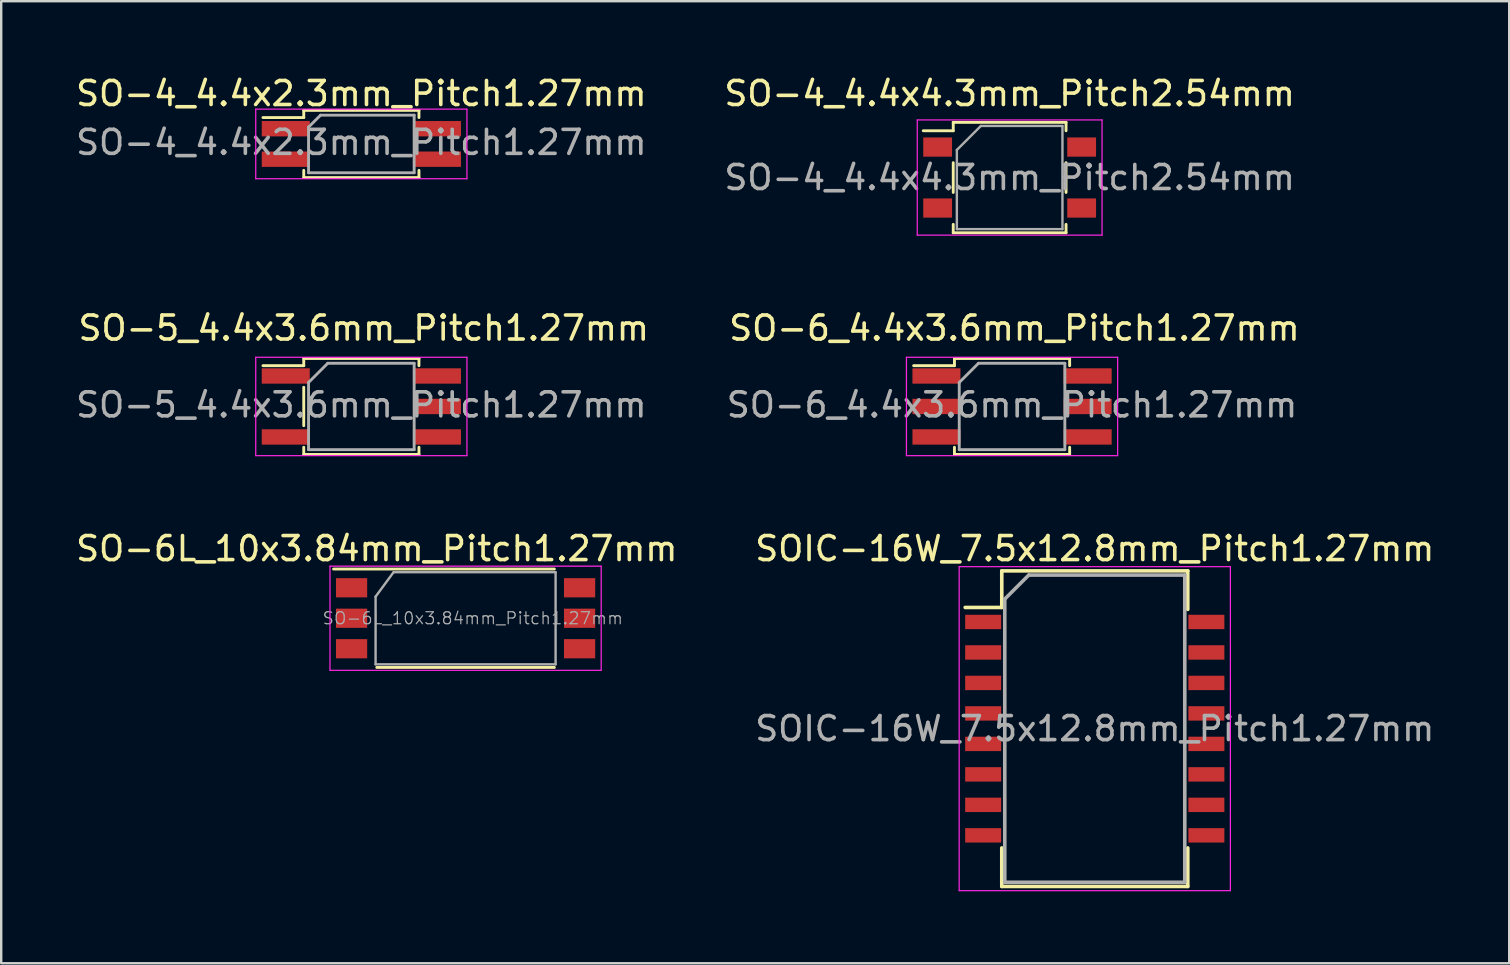
<source format=kicad_pcb>
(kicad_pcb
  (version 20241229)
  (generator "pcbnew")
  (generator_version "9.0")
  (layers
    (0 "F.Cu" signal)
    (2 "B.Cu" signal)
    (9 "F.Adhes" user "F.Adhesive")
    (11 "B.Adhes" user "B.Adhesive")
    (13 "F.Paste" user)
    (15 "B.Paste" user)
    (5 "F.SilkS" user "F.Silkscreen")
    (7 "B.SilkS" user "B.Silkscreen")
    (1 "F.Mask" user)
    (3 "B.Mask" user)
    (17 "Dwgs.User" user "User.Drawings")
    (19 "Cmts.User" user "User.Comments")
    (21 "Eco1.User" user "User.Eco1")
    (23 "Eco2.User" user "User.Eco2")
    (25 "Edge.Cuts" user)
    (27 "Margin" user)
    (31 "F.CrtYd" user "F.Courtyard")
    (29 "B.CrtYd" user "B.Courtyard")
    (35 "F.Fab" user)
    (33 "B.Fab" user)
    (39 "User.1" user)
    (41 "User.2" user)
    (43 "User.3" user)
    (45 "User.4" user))
  (footprint "SO-4_4.4x2.3mm_Pitch1.27mm"
    (layer "F.Cu")
    (at 12.006 2.948)
    (property "Reference" "SO-4_4.4x2.3mm_Pitch1.27mm" (at 0 -2.1 0) (layer "F.SilkS") (effects (font (size 1 1) (thickness 0.15))))
    (attr smd)
    (fp_line (start -2.4 -1.4) (end 2.4 -1.4) (stroke (width 0.12) (type solid)) (layer "F.SilkS"))
    (fp_line (start -2.4 -1.1) (end -4.1 -1.1) (stroke (width 0.12) (type solid)) (layer "F.SilkS"))
    (fp_line (start -2.4 -1.1) (end -2.4 -1.4) (stroke (width 0.12) (type solid)) (layer "F.SilkS"))
    (fp_line (start -2.4 1.4) (end -2.4 1.1) (stroke (width 0.12) (type solid)) (layer "F.SilkS"))
    (fp_line (start 2.4 -1.4) (end 2.4 -1.1) (stroke (width 0.12) (type solid)) (layer "F.SilkS"))
    (fp_line (start 2.4 1.1) (end 2.4 1.4) (stroke (width 0.12) (type solid)) (layer "F.SilkS"))
    (fp_line (start 2.4 1.4) (end -2.4 1.4) (stroke (width 0.12) (type solid)) (layer "F.SilkS"))
    (fp_line (start -4.4 -1.45) (end -4.4 1.45) (stroke (width 0.05) (type solid)) (layer "F.CrtYd"))
    (fp_line (start -4.4 -1.45) (end 4.4 -1.45) (stroke (width 0.05) (type solid)) (layer "F.CrtYd"))
    (fp_line (start 4.4 1.45) (end -4.4 1.45) (stroke (width 0.05) (type solid)) (layer "F.CrtYd"))
    (fp_line (start 4.4 1.45) (end 4.4 -1.45) (stroke (width 0.05) (type solid)) (layer "F.CrtYd"))
    (fp_line (start -2.2 -0.7) (end -2.2 1.2) (stroke (width 0.12) (type solid)) (layer "F.Fab"))
    (fp_line (start -2.2 1.2) (end 2.2 1.2) (stroke (width 0.12) (type solid)) (layer "F.Fab"))
    (fp_line (start -1.7 -1.2) (end -2.2 -0.7) (stroke (width 0.12) (type solid)) (layer "F.Fab"))
    (fp_line (start 2.2 -1.2) (end -1.7 -1.2) (stroke (width 0.12) (type solid)) (layer "F.Fab"))
    (fp_line (start 2.2 1.2) (end 2.2 -1.2) (stroke (width 0.12) (type solid)) (layer "F.Fab"))
    (fp_text user "${REFERENCE}" (at 0 -0.065 0) (layer "F.Fab") (effects (font (size 1 1) (thickness 0.15))))
    (pad "1" smd rect (at -3.15 -0.635) (size 2 0.64) (layers "F.Cu" "F.Mask" "F.Paste"))
    (pad "2" smd rect (at -3.15 0.635) (size 2 0.64) (layers "F.Cu" "F.Mask" "F.Paste"))
    (pad "3" smd rect (at 3.15 0.635) (size 2 0.64) (layers "F.Cu" "F.Mask" "F.Paste"))
    (pad "4" smd rect (at 3.15 -0.635) (size 2 0.64) (layers "F.Cu" "F.Mask" "F.Paste")))
  (footprint "SO-5_4.4x3.6mm_Pitch1.27mm"
    (layer "F.Cu")
    (at 12.006 13.886)
    (property "Reference" "SO-5_4.4x3.6mm_Pitch1.27mm" (at 0.1 -3.265 0) (layer "F.SilkS") (effects (font (size 1 1) (thickness 0.15))))
    (attr smd)
    (fp_line (start -2.4 -2) (end 2.4 -2) (stroke (width 0.12) (type solid)) (layer "F.SilkS"))
    (fp_line (start -2.4 -1.7) (end -4.1 -1.7) (stroke (width 0.12) (type solid)) (layer "F.SilkS"))
    (fp_line (start -2.4 -1.7) (end -2.4 -2) (stroke (width 0.12) (type solid)) (layer "F.SilkS"))
    (fp_line (start -2.4 0.8) (end -2.4 -0.8) (stroke (width 0.12) (type solid)) (layer "F.SilkS"))
    (fp_line (start -2.4 2) (end -2.4 1.7) (stroke (width 0.12) (type solid)) (layer "F.SilkS"))
    (fp_line (start 2.4 -2) (end 2.4 -1.7) (stroke (width 0.12) (type solid)) (layer "F.SilkS"))
    (fp_line (start 2.4 1.7) (end 2.4 2) (stroke (width 0.12) (type solid)) (layer "F.SilkS"))
    (fp_line (start 2.4 2) (end -2.4 2) (stroke (width 0.12) (type solid)) (layer "F.SilkS"))
    (fp_line (start -4.4 -2.05) (end -4.4 2.05) (stroke (width 0.05) (type solid)) (layer "F.CrtYd"))
    (fp_line (start -4.4 -2.05) (end 4.4 -2.05) (stroke (width 0.05) (type solid)) (layer "F.CrtYd"))
    (fp_line (start 4.4 2.05) (end -4.4 2.05) (stroke (width 0.05) (type solid)) (layer "F.CrtYd"))
    (fp_line (start 4.4 2.05) (end 4.4 -2.05) (stroke (width 0.05) (type solid)) (layer "F.CrtYd"))
    (fp_line (start -2.2 -1) (end -1.4 -1.8) (stroke (width 0.12) (type solid)) (layer "F.Fab"))
    (fp_line (start -2.2 1.8) (end -2.2 -1) (stroke (width 0.12) (type solid)) (layer "F.Fab"))
    (fp_line (start -1.4 -1.8) (end 2.2 -1.8) (stroke (width 0.12) (type solid)) (layer "F.Fab"))
    (fp_line (start 2.2 -1.8) (end 2.2 1.8) (stroke (width 0.12) (type solid)) (layer "F.Fab"))
    (fp_line (start 2.2 1.8) (end -2.2 1.8) (stroke (width 0.12) (type solid)) (layer "F.Fab"))
    (fp_text user "${REFERENCE}" (at 0 -0.065 0) (layer "F.Fab") (effects (font (size 1 1) (thickness 0.15))))
    (pad "1" smd rect (at -3.15 -1.27) (size 2 0.64) (layers "F.Cu" "F.Mask" "F.Paste"))
    (pad "3" smd rect (at -3.15 1.27) (size 2 0.64) (layers "F.Cu" "F.Mask" "F.Paste"))
    (pad "4" smd rect (at 3.15 1.27) (size 2 0.64) (layers "F.Cu" "F.Mask" "F.Paste"))
    (pad "5" smd rect (at 3.15 0) (size 2 0.64) (layers "F.Cu" "F.Mask" "F.Paste"))
    (pad "6" smd rect (at 3.15 -1.27) (size 2 0.64) (layers "F.Cu" "F.Mask" "F.Paste")))
  (footprint "SO-6L_10x3.84mm_Pitch1.27mm"
    (layer "F.Cu")
    (at 16.349 22.71)
    (property "Reference" "SO-6L_10x3.84mm_Pitch1.27mm" (at -3.7 -2.9 0) (layer "F.SilkS") (effects (font (size 1 1) (thickness 0.15))))
    (attr smd)
    (fp_line (start -5.5 -2.05) (end 3.7 -2.05) (stroke (width 0.12) (type solid)) (layer "F.SilkS"))
    (fp_line (start -3.7 2.05) (end 3.7 2.05) (stroke (width 0.12) (type solid)) (layer "F.SilkS"))
    (fp_line (start -5.65 -2.17) (end -5.65 2.17) (stroke (width 0.05) (type solid)) (layer "F.CrtYd"))
    (fp_line (start -5.65 2.17) (end 5.65 2.17) (stroke (width 0.05) (type solid)) (layer "F.CrtYd"))
    (fp_line (start 5.65 -2.17) (end -5.65 -2.17) (stroke (width 0.05) (type solid)) (layer "F.CrtYd"))
    (fp_line (start 5.65 2.17) (end 5.65 -2.17) (stroke (width 0.05) (type solid)) (layer "F.CrtYd"))
    (fp_line (start -3.75 -0.9) (end -3 -1.92) (stroke (width 0.1) (type solid)) (layer "F.Fab"))
    (fp_line (start -3.75 1.92) (end -3.75 -0.9) (stroke (width 0.1) (type solid)) (layer "F.Fab"))
    (fp_line (start -3.75 1.92) (end 3.75 1.92) (stroke (width 0.1) (type solid)) (layer "F.Fab"))
    (fp_line (start -3 -1.92) (end 3.75 -1.92) (stroke (width 0.1) (type solid)) (layer "F.Fab"))
    (fp_line (start 3.75 1.92) (end 3.75 -1.92) (stroke (width 0.1) (type solid)) (layer "F.Fab"))
    (fp_text user "${REFERENCE}" (at 0.3 0 180) (layer "F.Fab") (effects (font (size 0.5 0.5) (thickness 0.05))))
    (pad "1" smd rect (at -4.75 -1.27 90) (size 0.8 1.3) (layers "F.Cu" "F.Mask" "F.Paste"))
    (pad "2" smd rect (at -4.75 0 90) (size 0.8 1.3) (layers "F.Cu" "F.Mask" "F.Paste"))
    (pad "3" smd rect (at -4.75 1.27 90) (size 0.8 1.3) (layers "F.Cu" "F.Mask" "F.Paste"))
    (pad "4" smd rect (at 4.75 1.27 90) (size 0.8 1.3) (layers "F.Cu" "F.Mask" "F.Paste"))
    (pad "5" smd rect (at 4.75 0 90) (size 0.8 1.3) (layers "F.Cu" "F.Mask" "F.Paste"))
    (pad "6" smd rect (at 4.75 -1.27 90) (size 0.8 1.3) (layers "F.Cu" "F.Mask" "F.Paste")))
  (footprint "SO-4_4.4x4.3mm_Pitch2.54mm"
    (layer "F.Cu")
    (at 39.018 4.348)
    (property "Reference" "SO-4_4.4x4.3mm_Pitch2.54mm" (at 0 -3.5 0) (layer "F.SilkS") (effects (font (size 1 1) (thickness 0.15))))
    (attr smd)
    (fp_line (start -2.35 -2.3) (end 2.35 -2.3) (stroke (width 0.12) (type solid)) (layer "F.SilkS"))
    (fp_line (start -2.35 -1.95) (end -3.6 -1.95) (stroke (width 0.12) (type solid)) (layer "F.SilkS"))
    (fp_line (start -2.35 -1.95) (end -2.35 -2.3) (stroke (width 0.12) (type solid)) (layer "F.SilkS"))
    (fp_line (start -2.35 0.62) (end -2.35 -0.62) (stroke (width 0.12) (type solid)) (layer "F.SilkS"))
    (fp_line (start -2.35 1.95) (end -2.35 2.3) (stroke (width 0.12) (type solid)) (layer "F.SilkS"))
    (fp_line (start -2.35 2.3) (end 2.35 2.3) (stroke (width 0.12) (type solid)) (layer "F.SilkS"))
    (fp_line (start 2.35 -2.3) (end 2.35 -1.95) (stroke (width 0.12) (type solid)) (layer "F.SilkS"))
    (fp_line (start 2.35 0.62) (end 2.35 -0.62) (stroke (width 0.12) (type solid)) (layer "F.SilkS"))
    (fp_line (start 2.35 2.3) (end 2.35 1.95) (stroke (width 0.12) (type solid)) (layer "F.SilkS"))
    (fp_line (start -3.85 -2.4) (end 3.85 -2.4) (stroke (width 0.05) (type solid)) (layer "F.CrtYd"))
    (fp_line (start -3.85 2.4) (end -3.85 -2.4) (stroke (width 0.05) (type solid)) (layer "F.CrtYd"))
    (fp_line (start 3.85 -2.4) (end 3.85 2.4) (stroke (width 0.05) (type solid)) (layer "F.CrtYd"))
    (fp_line (start 3.85 2.4) (end -3.85 2.4) (stroke (width 0.05) (type solid)) (layer "F.CrtYd"))
    (fp_line (start -2.2 -1.15) (end -1.2 -2.15) (stroke (width 0.1) (type solid)) (layer "F.Fab"))
    (fp_line (start -2.2 2.15) (end -2.2 -1.15) (stroke (width 0.1) (type solid)) (layer "F.Fab"))
    (fp_line (start -2.2 2.15) (end 2.2 2.15) (stroke (width 0.1) (type solid)) (layer "F.Fab"))
    (fp_line (start -1.2 -2.15) (end 2.2 -2.15) (stroke (width 0.1) (type solid)) (layer "F.Fab"))
    (fp_line (start 2.2 2.15) (end 2.2 -2.15) (stroke (width 0.1) (type solid)) (layer "F.Fab"))
    (fp_text user "${REFERENCE}" (at 0 0 0) (layer "F.Fab") (effects (font (size 1 1) (thickness 0.15))))
    (pad "1" smd rect (at -3 -1.27 270) (size 0.8 1.2) (layers "F.Cu" "F.Mask" "F.Paste"))
    (pad "2" smd rect (at -3 1.27 270) (size 0.8 1.2) (layers "F.Cu" "F.Mask" "F.Paste"))
    (pad "3" smd rect (at 3 1.27 270) (size 0.8 1.2) (layers "F.Cu" "F.Mask" "F.Paste"))
    (pad "4" smd rect (at 3 -1.27 270) (size 0.8 1.2) (layers "F.Cu" "F.Mask" "F.Paste")))
  (footprint "SOIC-16W_7.5x12.8mm_Pitch1.27mm"
    (layer "F.Cu")
    (at 42.565 27.31)
    (property "Reference" "SOIC-16W_7.5x12.8mm_Pitch1.27mm" (at 0 -7.5 0) (layer "F.SilkS") (effects (font (size 1 1) (thickness 0.15))))
    (attr smd)
    (fp_line (start -3.875 -6.575) (end -3.875 -5.05) (stroke (width 0.15) (type solid)) (layer "F.SilkS"))
    (fp_line (start -3.875 -6.575) (end 3.875 -6.575) (stroke (width 0.15) (type solid)) (layer "F.SilkS"))
    (fp_line (start -3.875 -5.05) (end -5.4 -5.05) (stroke (width 0.15) (type solid)) (layer "F.SilkS"))
    (fp_line (start -3.875 6.575) (end -3.875 4.97) (stroke (width 0.15) (type solid)) (layer "F.SilkS"))
    (fp_line (start -3.875 6.575) (end 3.875 6.575) (stroke (width 0.15) (type solid)) (layer "F.SilkS"))
    (fp_line (start 3.875 -6.575) (end 3.875 -4.97) (stroke (width 0.15) (type solid)) (layer "F.SilkS"))
    (fp_line (start 3.875 6.575) (end 3.875 4.97) (stroke (width 0.15) (type solid)) (layer "F.SilkS"))
    (fp_line (start -5.65 -6.75) (end -5.65 6.75) (stroke (width 0.05) (type solid)) (layer "F.CrtYd"))
    (fp_line (start -5.65 -6.75) (end 5.65 -6.75) (stroke (width 0.05) (type solid)) (layer "F.CrtYd"))
    (fp_line (start -5.65 6.75) (end 5.65 6.75) (stroke (width 0.05) (type solid)) (layer "F.CrtYd"))
    (fp_line (start 5.65 -6.75) (end 5.65 6.75) (stroke (width 0.05) (type solid)) (layer "F.CrtYd"))
    (fp_line (start -3.75 -5.4) (end -2.75 -6.4) (stroke (width 0.15) (type solid)) (layer "F.Fab"))
    (fp_line (start -3.75 6.4) (end -3.75 -5.4) (stroke (width 0.15) (type solid)) (layer "F.Fab"))
    (fp_line (start -2.75 -6.4) (end 3.75 -6.4) (stroke (width 0.15) (type solid)) (layer "F.Fab"))
    (fp_line (start 3.75 -6.4) (end 3.75 6.4) (stroke (width 0.15) (type solid)) (layer "F.Fab"))
    (fp_line (start 3.75 6.4) (end -3.75 6.4) (stroke (width 0.15) (type solid)) (layer "F.Fab"))
    (fp_text user "${REFERENCE}" (at 0 0 0) (layer "F.Fab") (effects (font (size 1 1) (thickness 0.15))))
    (pad "1" smd rect (at -4.65 -4.445) (size 1.5 0.6) (layers "F.Cu" "F.Mask" "F.Paste"))
    (pad "2" smd rect (at -4.65 -3.175) (size 1.5 0.6) (layers "F.Cu" "F.Mask" "F.Paste"))
    (pad "3" smd rect (at -4.65 -1.905) (size 1.5 0.6) (layers "F.Cu" "F.Mask" "F.Paste"))
    (pad "4" smd rect (at -4.65 -0.635) (size 1.5 0.6) (layers "F.Cu" "F.Mask" "F.Paste"))
    (pad "5" smd rect (at -4.65 0.635) (size 1.5 0.6) (layers "F.Cu" "F.Mask" "F.Paste"))
    (pad "6" smd rect (at -4.65 1.905) (size 1.5 0.6) (layers "F.Cu" "F.Mask" "F.Paste"))
    (pad "7" smd rect (at -4.65 3.175) (size 1.5 0.6) (layers "F.Cu" "F.Mask" "F.Paste"))
    (pad "8" smd rect (at -4.65 4.445) (size 1.5 0.6) (layers "F.Cu" "F.Mask" "F.Paste"))
    (pad "9" smd rect (at 4.65 4.445) (size 1.5 0.6) (layers "F.Cu" "F.Mask" "F.Paste"))
    (pad "10" smd rect (at 4.65 3.175) (size 1.5 0.6) (layers "F.Cu" "F.Mask" "F.Paste"))
    (pad "11" smd rect (at 4.65 1.905) (size 1.5 0.6) (layers "F.Cu" "F.Mask" "F.Paste"))
    (pad "12" smd rect (at 4.65 0.635) (size 1.5 0.6) (layers "F.Cu" "F.Mask" "F.Paste"))
    (pad "13" smd rect (at 4.65 -0.635) (size 1.5 0.6) (layers "F.Cu" "F.Mask" "F.Paste"))
    (pad "14" smd rect (at 4.65 -1.905) (size 1.5 0.6) (layers "F.Cu" "F.Mask" "F.Paste"))
    (pad "15" smd rect (at 4.65 -3.175) (size 1.5 0.6) (layers "F.Cu" "F.Mask" "F.Paste"))
    (pad "16" smd rect (at 4.65 -4.445) (size 1.5 0.6) (layers "F.Cu" "F.Mask" "F.Paste")))
  (footprint "SO-6_4.4x3.6mm_Pitch1.27mm"
    (layer "F.Cu")
    (at 39.118 13.886)
    (property "Reference" "SO-6_4.4x3.6mm_Pitch1.27mm" (at 0.1 -3.265 0) (layer "F.SilkS") (effects (font (size 1 1) (thickness 0.15))))
    (attr smd)
    (fp_line (start -2.4 -2) (end 2.4 -2) (stroke (width 0.12) (type solid)) (layer "F.SilkS"))
    (fp_line (start -2.4 -1.7) (end -4.1 -1.7) (stroke (width 0.12) (type solid)) (layer "F.SilkS"))
    (fp_line (start -2.4 -1.7) (end -2.4 -2) (stroke (width 0.12) (type solid)) (layer "F.SilkS"))
    (fp_line (start -2.4 2) (end -2.4 1.7) (stroke (width 0.12) (type solid)) (layer "F.SilkS"))
    (fp_line (start 2.4 -2) (end 2.4 -1.7) (stroke (width 0.12) (type solid)) (layer "F.SilkS"))
    (fp_line (start 2.4 1.7) (end 2.4 2) (stroke (width 0.12) (type solid)) (layer "F.SilkS"))
    (fp_line (start 2.4 2) (end -2.4 2) (stroke (width 0.12) (type solid)) (layer "F.SilkS"))
    (fp_line (start -4.4 -2.05) (end -4.4 2.05) (stroke (width 0.05) (type solid)) (layer "F.CrtYd"))
    (fp_line (start -4.4 -2.05) (end 4.4 -2.05) (stroke (width 0.05) (type solid)) (layer "F.CrtYd"))
    (fp_line (start 4.4 2.05) (end -4.4 2.05) (stroke (width 0.05) (type solid)) (layer "F.CrtYd"))
    (fp_line (start 4.4 2.05) (end 4.4 -2.05) (stroke (width 0.05) (type solid)) (layer "F.CrtYd"))
    (fp_line (start -2.2 -1) (end -1.4 -1.8) (stroke (width 0.12) (type solid)) (layer "F.Fab"))
    (fp_line (start -2.2 1.8) (end -2.2 -1) (stroke (width 0.12) (type solid)) (layer "F.Fab"))
    (fp_line (start -1.4 -1.8) (end 2.2 -1.8) (stroke (width 0.12) (type solid)) (layer "F.Fab"))
    (fp_line (start 2.2 -1.8) (end 2.2 1.8) (stroke (width 0.12) (type solid)) (layer "F.Fab"))
    (fp_line (start 2.2 1.8) (end -2.2 1.8) (stroke (width 0.12) (type solid)) (layer "F.Fab"))
    (fp_text user "${REFERENCE}" (at 0 -0.065 0) (layer "F.Fab") (effects (font (size 1 1) (thickness 0.15))))
    (pad "1" smd rect (at -3.15 -1.27) (size 2 0.64) (layers "F.Cu" "F.Mask" "F.Paste"))
    (pad "2" smd rect (at -3.15 0) (size 2 0.64) (layers "F.Cu" "F.Mask" "F.Paste"))
    (pad "3" smd rect (at -3.15 1.27) (size 2 0.64) (layers "F.Cu" "F.Mask" "F.Paste"))
    (pad "4" smd rect (at 3.15 1.27) (size 2 0.64) (layers "F.Cu" "F.Mask" "F.Paste"))
    (pad "5" smd rect (at 3.15 0) (size 2 0.64) (layers "F.Cu" "F.Mask" "F.Paste"))
    (pad "6" smd rect (at 3.15 -1.27) (size 2 0.64) (layers "F.Cu" "F.Mask" "F.Paste")))
  (gr_rect
    (start -3 -3)
    (end 59.833 37.085)
    (stroke (width 0.1) (type default))
    (fill no)
    (layer "Edge.Cuts")))
</source>
